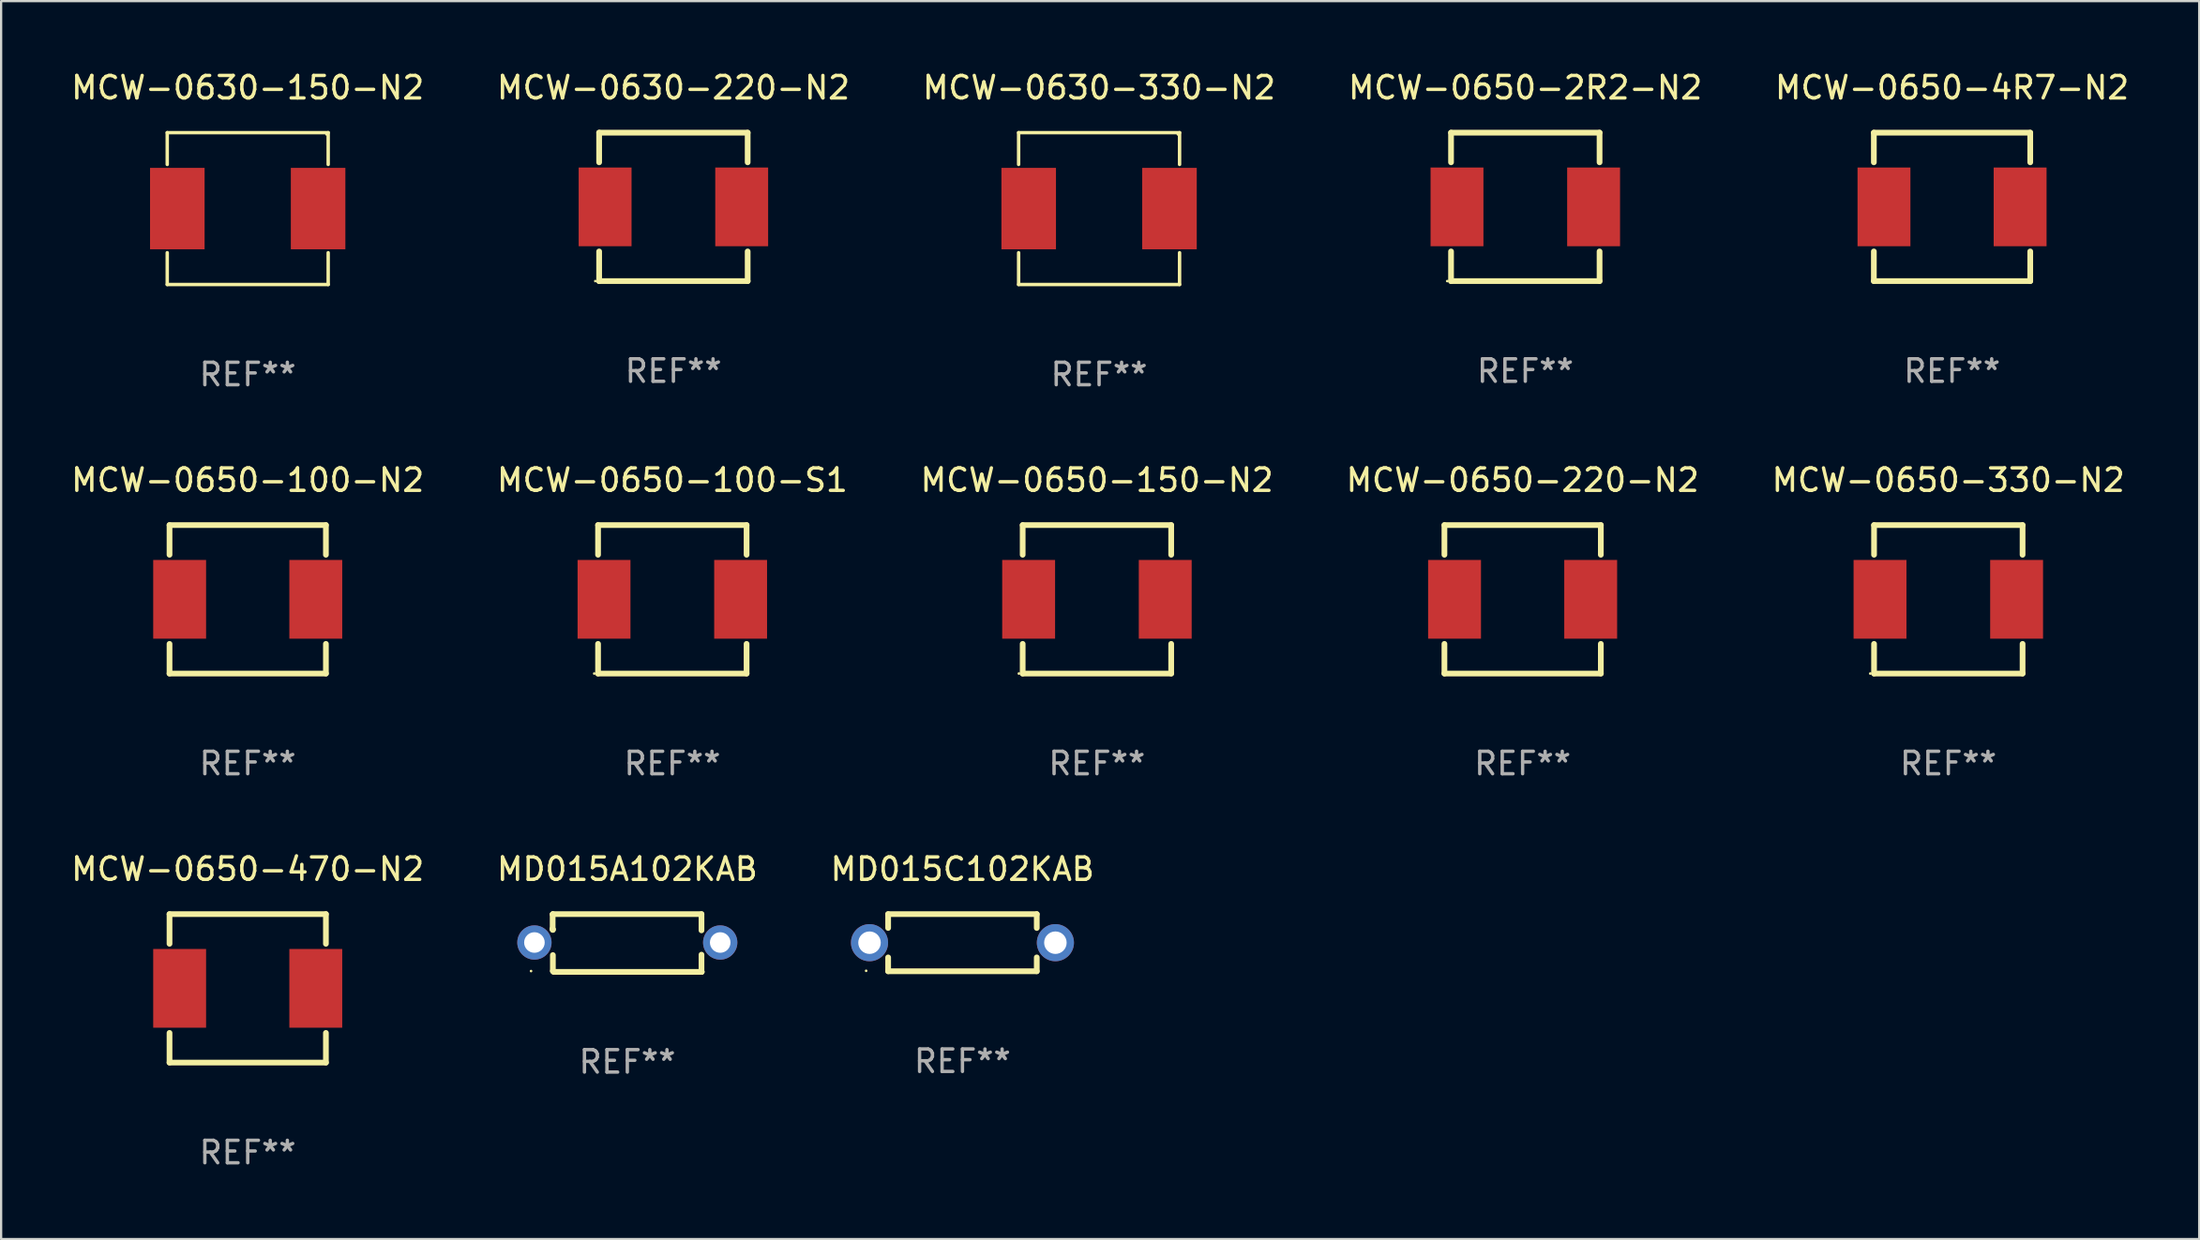
<source format=kicad_pcb>
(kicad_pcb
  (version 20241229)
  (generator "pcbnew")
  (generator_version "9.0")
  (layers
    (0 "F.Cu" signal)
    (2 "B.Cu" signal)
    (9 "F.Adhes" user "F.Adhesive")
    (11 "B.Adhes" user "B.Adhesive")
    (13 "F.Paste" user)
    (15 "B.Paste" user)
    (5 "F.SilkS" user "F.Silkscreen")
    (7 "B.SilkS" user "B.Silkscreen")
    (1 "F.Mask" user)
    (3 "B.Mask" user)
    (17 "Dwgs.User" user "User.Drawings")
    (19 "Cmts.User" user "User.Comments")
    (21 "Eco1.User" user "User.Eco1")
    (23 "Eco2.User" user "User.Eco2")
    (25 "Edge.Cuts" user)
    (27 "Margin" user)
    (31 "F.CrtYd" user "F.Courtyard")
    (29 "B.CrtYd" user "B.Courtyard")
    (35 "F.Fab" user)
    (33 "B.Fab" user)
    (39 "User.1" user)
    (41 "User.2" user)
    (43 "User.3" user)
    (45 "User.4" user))
  (footprint "MCW-0650-2R2-N2"
    (layer "F.Cu")
    (at 64.732 6.148)
    (property "Reference" "MCW-0650-2R2-N2" (at 0 -5.3 0) (layer "F.SilkS") (effects (font (size 1 1) (thickness 0.15))))
    (attr through_hole)
    (fp_line (start -3.3 -3.3) (end 3.3 -3.3) (stroke (width 0.254) (type solid)) (layer "F.SilkS"))
    (fp_line (start -3.3 -1.981) (end -3.3 -3.3) (stroke (width 0.254) (type solid)) (layer "F.SilkS"))
    (fp_line (start -3.3 3.3) (end -3.3 1.981) (stroke (width 0.254) (type solid)) (layer "F.SilkS"))
    (fp_line (start 3.3 -3.3) (end 3.3 -1.981) (stroke (width 0.254) (type solid)) (layer "F.SilkS"))
    (fp_line (start 3.3 1.981) (end 3.3 3.3) (stroke (width 0.254) (type solid)) (layer "F.SilkS"))
    (fp_line (start 3.3 3.3) (end -3.3 3.3) (stroke (width 0.254) (type solid)) (layer "F.SilkS"))
    (fp_circle (center -3.47 3.3) (end -3.44 3.3) (stroke (width 0.06) (type solid)) (fill no) (layer "F.SilkS"))
    (fp_text user "REF**" (at 0 7.3 0) (layer "F.Fab") (effects (font (size 1 1) (thickness 0.15))))
    (pad "1" smd rect (at -3.035 0) (size 2.35 3.5) (layers "F.Cu" "F.Mask" "F.Paste"))
    (pad "2" smd rect (at 3.035 0) (size 2.35 3.5) (layers "F.Cu" "F.Mask" "F.Paste")))
  (footprint "MCW-0630-150-N2"
    (layer "F.Cu")
    (at 7.958 6.224)
    (property "Reference" "MCW-0630-150-N2" (at 0 -5.376 0) (layer "F.SilkS") (effects (font (size 1 1) (thickness 0.15))))
    (attr through_hole)
    (fp_line (start -3.576 -3.376) (end 3.576 -3.376) (stroke (width 0.152) (type solid)) (layer "F.SilkS"))
    (fp_line (start -3.576 -1.962) (end -3.576 -3.376) (stroke (width 0.152) (type solid)) (layer "F.SilkS"))
    (fp_line (start -3.576 1.962) (end -3.576 3.376) (stroke (width 0.152) (type solid)) (layer "F.SilkS"))
    (fp_line (start -3.576 3.376) (end 3.576 3.376) (stroke (width 0.152) (type solid)) (layer "F.SilkS"))
    (fp_line (start 3.576 -3.376) (end 3.576 -1.962) (stroke (width 0.152) (type solid)) (layer "F.SilkS"))
    (fp_line (start 3.576 3.376) (end 3.576 1.962) (stroke (width 0.152) (type solid)) (layer "F.SilkS"))
    (fp_circle (center 3.5 -3.3) (end 3.53 -3.3) (stroke (width 0.06) (type solid)) (fill no) (layer "F.SilkS"))
    (fp_text user "REF**" (at 0 7.376 0) (layer "F.Fab") (effects (font (size 1 1) (thickness 0.15))))
    (pad "1" smd rect (at 3.128 0) (size 2.424 3.62) (layers "F.Cu" "F.Mask" "F.Paste"))
    (pad "2" smd rect (at -3.128 0) (size 2.424 3.62) (layers "F.Cu" "F.Mask" "F.Paste")))
  (footprint "MCW-0650-470-N2"
    (layer "F.Cu")
    (at 7.958 40.894)
    (property "Reference" "MCW-0650-470-N2" (at 0 -5.3 0) (layer "F.SilkS") (effects (font (size 1 1) (thickness 0.15))))
    (attr through_hole)
    (fp_line (start -3.475 -3.3) (end 3.475 -3.3) (stroke (width 0.254) (type solid)) (layer "F.SilkS"))
    (fp_line (start -3.475 -1.981) (end -3.475 -3.3) (stroke (width 0.254) (type solid)) (layer "F.SilkS"))
    (fp_line (start -3.475 3.3) (end -3.475 1.981) (stroke (width 0.254) (type solid)) (layer "F.SilkS"))
    (fp_line (start -3.475 3.3) (end 3.475 3.3) (stroke (width 0.254) (type solid)) (layer "F.SilkS"))
    (fp_line (start 3.475 -1.981) (end 3.475 -3.3) (stroke (width 0.254) (type solid)) (layer "F.SilkS"))
    (fp_line (start 3.475 3.3) (end 3.475 1.981) (stroke (width 0.254) (type solid)) (layer "F.SilkS"))
    (fp_circle (center -3.475 3.3) (end -3.445 3.3) (stroke (width 0.06) (type solid)) (fill no) (layer "F.SilkS"))
    (fp_text user "REF**" (at 0 7.3 0) (layer "F.Fab") (effects (font (size 1 1) (thickness 0.15))))
    (pad "1" smd rect (at -3.025 0) (size 2.35 3.5) (layers "F.Cu" "F.Mask" "F.Paste"))
    (pad "2" smd rect (at 3.025 0) (size 2.35 3.5) (layers "F.Cu" "F.Mask" "F.Paste")))
  (footprint "MCW-0630-330-N2"
    (layer "F.Cu")
    (at 45.792 6.224)
    (property "Reference" "MCW-0630-330-N2" (at 0 -5.376 0) (layer "F.SilkS") (effects (font (size 1 1) (thickness 0.15))))
    (attr through_hole)
    (fp_line (start -3.576 -3.376) (end 3.576 -3.376) (stroke (width 0.152) (type solid)) (layer "F.SilkS"))
    (fp_line (start -3.576 -1.962) (end -3.576 -3.376) (stroke (width 0.152) (type solid)) (layer "F.SilkS"))
    (fp_line (start -3.576 1.962) (end -3.576 3.376) (stroke (width 0.152) (type solid)) (layer "F.SilkS"))
    (fp_line (start -3.576 3.376) (end 3.576 3.376) (stroke (width 0.152) (type solid)) (layer "F.SilkS"))
    (fp_line (start 3.576 -3.376) (end 3.576 -1.962) (stroke (width 0.152) (type solid)) (layer "F.SilkS"))
    (fp_line (start 3.576 3.376) (end 3.576 1.962) (stroke (width 0.152) (type solid)) (layer "F.SilkS"))
    (fp_circle (center 3.5 -3.3) (end 3.53 -3.3) (stroke (width 0.06) (type solid)) (fill no) (layer "F.SilkS"))
    (fp_text user "REF**" (at 0 7.376 0) (layer "F.Fab") (effects (font (size 1 1) (thickness 0.15))))
    (pad "1" smd rect (at 3.128 0) (size 2.424 3.62) (layers "F.Cu" "F.Mask" "F.Paste"))
    (pad "2" smd rect (at -3.128 0) (size 2.424 3.62) (layers "F.Cu" "F.Mask" "F.Paste")))
  (footprint "MCW-0650-4R7-N2"
    (layer "F.Cu")
    (at 83.696 6.148)
    (property "Reference" "MCW-0650-4R7-N2" (at 0 -5.3 0) (layer "F.SilkS") (effects (font (size 1 1) (thickness 0.15))))
    (attr through_hole)
    (fp_line (start -3.475 -3.3) (end 3.475 -3.3) (stroke (width 0.254) (type solid)) (layer "F.SilkS"))
    (fp_line (start -3.475 -1.981) (end -3.475 -3.3) (stroke (width 0.254) (type solid)) (layer "F.SilkS"))
    (fp_line (start -3.475 3.3) (end -3.475 1.981) (stroke (width 0.254) (type solid)) (layer "F.SilkS"))
    (fp_line (start -3.475 3.3) (end 3.475 3.3) (stroke (width 0.254) (type solid)) (layer "F.SilkS"))
    (fp_line (start 3.475 -1.981) (end 3.475 -3.3) (stroke (width 0.254) (type solid)) (layer "F.SilkS"))
    (fp_line (start 3.475 3.3) (end 3.475 1.981) (stroke (width 0.254) (type solid)) (layer "F.SilkS"))
    (fp_circle (center -3.475 3.3) (end -3.445 3.3) (stroke (width 0.06) (type solid)) (fill no) (layer "F.SilkS"))
    (fp_text user "REF**" (at 0 7.3 0) (layer "F.Fab") (effects (font (size 1 1) (thickness 0.15))))
    (pad "1" smd rect (at -3.025 0) (size 2.35 3.5) (layers "F.Cu" "F.Mask" "F.Paste"))
    (pad "2" smd rect (at 3.025 0) (size 2.35 3.5) (layers "F.Cu" "F.Mask" "F.Paste")))
  (footprint "MCW-0650-100-N2"
    (layer "F.Cu")
    (at 7.958 23.597)
    (property "Reference" "MCW-0650-100-N2" (at 0 -5.3 0) (layer "F.SilkS") (effects (font (size 1 1) (thickness 0.15))))
    (attr through_hole)
    (fp_line (start -3.475 -3.3) (end 3.475 -3.3) (stroke (width 0.254) (type solid)) (layer "F.SilkS"))
    (fp_line (start -3.475 -1.981) (end -3.475 -3.3) (stroke (width 0.254) (type solid)) (layer "F.SilkS"))
    (fp_line (start -3.475 3.3) (end -3.475 1.981) (stroke (width 0.254) (type solid)) (layer "F.SilkS"))
    (fp_line (start -3.475 3.3) (end 3.475 3.3) (stroke (width 0.254) (type solid)) (layer "F.SilkS"))
    (fp_line (start 3.475 -1.981) (end 3.475 -3.3) (stroke (width 0.254) (type solid)) (layer "F.SilkS"))
    (fp_line (start 3.475 3.3) (end 3.475 1.981) (stroke (width 0.254) (type solid)) (layer "F.SilkS"))
    (fp_circle (center -3.475 3.3) (end -3.445 3.3) (stroke (width 0.06) (type solid)) (fill no) (layer "F.SilkS"))
    (fp_text user "REF**" (at 0 7.3 0) (layer "F.Fab") (effects (font (size 1 1) (thickness 0.15))))
    (pad "1" smd rect (at -3.025 0) (size 2.35 3.5) (layers "F.Cu" "F.Mask" "F.Paste"))
    (pad "2" smd rect (at 3.025 0) (size 2.35 3.5) (layers "F.Cu" "F.Mask" "F.Paste")))
  (footprint "MCW-0650-100-S1"
    (layer "F.Cu")
    (at 26.827 23.597)
    (property "Reference" "MCW-0650-100-S1" (at 0 -5.3 0) (layer "F.SilkS") (effects (font (size 1 1) (thickness 0.15))))
    (attr through_hole)
    (fp_line (start -3.3 -3.3) (end 3.3 -3.3) (stroke (width 0.254) (type solid)) (layer "F.SilkS"))
    (fp_line (start -3.3 -1.981) (end -3.3 -3.3) (stroke (width 0.254) (type solid)) (layer "F.SilkS"))
    (fp_line (start -3.3 3.3) (end -3.3 1.981) (stroke (width 0.254) (type solid)) (layer "F.SilkS"))
    (fp_line (start 3.3 -3.3) (end 3.3 -1.981) (stroke (width 0.254) (type solid)) (layer "F.SilkS"))
    (fp_line (start 3.3 1.981) (end 3.3 3.3) (stroke (width 0.254) (type solid)) (layer "F.SilkS"))
    (fp_line (start 3.3 3.3) (end -3.3 3.3) (stroke (width 0.254) (type solid)) (layer "F.SilkS"))
    (fp_circle (center -3.47 3.3) (end -3.44 3.3) (stroke (width 0.06) (type solid)) (fill no) (layer "F.SilkS"))
    (fp_text user "REF**" (at 0 7.3 0) (layer "F.Fab") (effects (font (size 1 1) (thickness 0.15))))
    (pad "1" smd rect (at -3.035 0) (size 2.35 3.5) (layers "F.Cu" "F.Mask" "F.Paste"))
    (pad "2" smd rect (at 3.035 0) (size 2.35 3.5) (layers "F.Cu" "F.Mask" "F.Paste")))
  (footprint "MD015C102KAB"
    (layer "F.Cu")
    (at 39.72 38.864)
    (property "Reference" "MD015C102KAB" (at 0 -3.27 0) (layer "F.SilkS") (effects (font (size 1 1) (thickness 0.15))))
    (attr through_hole)
    (fp_line (start -3.302 -1.27) (end -3.302 -0.654) (stroke (width 0.254) (type solid)) (layer "F.SilkS"))
    (fp_line (start -3.302 0.654) (end -3.302 1.27) (stroke (width 0.254) (type solid)) (layer "F.SilkS"))
    (fp_line (start -3.302 1.27) (end 3.302 1.27) (stroke (width 0.254) (type solid)) (layer "F.SilkS"))
    (fp_line (start 3.302 -1.27) (end -3.302 -1.27) (stroke (width 0.254) (type solid)) (layer "F.SilkS"))
    (fp_line (start 3.302 -0.654) (end 3.302 -1.27) (stroke (width 0.254) (type solid)) (layer "F.SilkS"))
    (fp_line (start 3.302 1.27) (end 3.302 0.654) (stroke (width 0.254) (type solid)) (layer "F.SilkS"))
    (fp_circle (center -4.28 1.25) (end -4.25 1.25) (stroke (width 0.06) (type solid)) (fill no) (layer "F.SilkS"))
    (fp_text user "REF**" (at 0 5.27 0) (layer "F.Fab") (effects (font (size 1 1) (thickness 0.15))))
    (pad "1" thru_hole circle (at -4.13 0) (size 1.65 1.65) (drill 1) (layers "*.Cu" "*.Mask"))
    (pad "2" thru_hole circle (at 4.13 0) (size 1.65 1.65) (drill 1) (layers "*.Cu" "*.Mask")))
  (footprint "MCW-0630-220-N2"
    (layer "F.Cu")
    (at 26.875 6.148)
    (property "Reference" "MCW-0630-220-N2" (at 0 -5.3 0) (layer "F.SilkS") (effects (font (size 1 1) (thickness 0.15))))
    (attr through_hole)
    (fp_line (start -3.3 -3.3) (end 3.3 -3.3) (stroke (width 0.254) (type solid)) (layer "F.SilkS"))
    (fp_line (start -3.3 -1.981) (end -3.3 -3.3) (stroke (width 0.254) (type solid)) (layer "F.SilkS"))
    (fp_line (start -3.3 3.3) (end -3.3 1.981) (stroke (width 0.254) (type solid)) (layer "F.SilkS"))
    (fp_line (start 3.3 -3.3) (end 3.3 -1.981) (stroke (width 0.254) (type solid)) (layer "F.SilkS"))
    (fp_line (start 3.3 1.981) (end 3.3 3.3) (stroke (width 0.254) (type solid)) (layer "F.SilkS"))
    (fp_line (start 3.3 3.3) (end -3.3 3.3) (stroke (width 0.254) (type solid)) (layer "F.SilkS"))
    (fp_circle (center -3.47 3.3) (end -3.44 3.3) (stroke (width 0.06) (type solid)) (fill no) (layer "F.SilkS"))
    (fp_text user "REF**" (at 0 7.3 0) (layer "F.Fab") (effects (font (size 1 1) (thickness 0.15))))
    (pad "1" smd rect (at -3.035 0) (size 2.35 3.5) (layers "F.Cu" "F.Mask" "F.Paste"))
    (pad "2" smd rect (at 3.035 0) (size 2.35 3.5) (layers "F.Cu" "F.Mask" "F.Paste")))
  (footprint "MCW-0650-330-N2"
    (layer "F.Cu")
    (at 83.53 23.597)
    (property "Reference" "MCW-0650-330-N2" (at 0 -5.3 0) (layer "F.SilkS") (effects (font (size 1 1) (thickness 0.15))))
    (attr through_hole)
    (fp_line (start -3.3 -3.3) (end 3.3 -3.3) (stroke (width 0.254) (type solid)) (layer "F.SilkS"))
    (fp_line (start -3.3 -1.981) (end -3.3 -3.3) (stroke (width 0.254) (type solid)) (layer "F.SilkS"))
    (fp_line (start -3.3 3.3) (end -3.3 1.981) (stroke (width 0.254) (type solid)) (layer "F.SilkS"))
    (fp_line (start 3.3 -3.3) (end 3.3 -1.981) (stroke (width 0.254) (type solid)) (layer "F.SilkS"))
    (fp_line (start 3.3 1.981) (end 3.3 3.3) (stroke (width 0.254) (type solid)) (layer "F.SilkS"))
    (fp_line (start 3.3 3.3) (end -3.3 3.3) (stroke (width 0.254) (type solid)) (layer "F.SilkS"))
    (fp_circle (center -3.47 3.3) (end -3.44 3.3) (stroke (width 0.06) (type solid)) (fill no) (layer "F.SilkS"))
    (fp_text user "REF**" (at 0 7.3 0) (layer "F.Fab") (effects (font (size 1 1) (thickness 0.15))))
    (pad "1" smd rect (at -3.035 0) (size 2.35 3.5) (layers "F.Cu" "F.Mask" "F.Paste"))
    (pad "2" smd rect (at 3.035 0) (size 2.35 3.5) (layers "F.Cu" "F.Mask" "F.Paste")))
  (footprint "MCW-0650-150-N2"
    (layer "F.Cu")
    (at 45.696 23.597)
    (property "Reference" "MCW-0650-150-N2" (at 0 -5.3 0) (layer "F.SilkS") (effects (font (size 1 1) (thickness 0.15))))
    (attr through_hole)
    (fp_line (start -3.3 -3.3) (end 3.3 -3.3) (stroke (width 0.254) (type solid)) (layer "F.SilkS"))
    (fp_line (start -3.3 -1.981) (end -3.3 -3.3) (stroke (width 0.254) (type solid)) (layer "F.SilkS"))
    (fp_line (start -3.3 3.3) (end -3.3 1.981) (stroke (width 0.254) (type solid)) (layer "F.SilkS"))
    (fp_line (start 3.3 -3.3) (end 3.3 -1.981) (stroke (width 0.254) (type solid)) (layer "F.SilkS"))
    (fp_line (start 3.3 1.981) (end 3.3 3.3) (stroke (width 0.254) (type solid)) (layer "F.SilkS"))
    (fp_line (start 3.3 3.3) (end -3.3 3.3) (stroke (width 0.254) (type solid)) (layer "F.SilkS"))
    (fp_circle (center -3.47 3.3) (end -3.44 3.3) (stroke (width 0.06) (type solid)) (fill no) (layer "F.SilkS"))
    (fp_text user "REF**" (at 0 7.3 0) (layer "F.Fab") (effects (font (size 1 1) (thickness 0.15))))
    (pad "1" smd rect (at -3.035 0) (size 2.35 3.5) (layers "F.Cu" "F.Mask" "F.Paste"))
    (pad "2" smd rect (at 3.035 0) (size 2.35 3.5) (layers "F.Cu" "F.Mask" "F.Paste")))
  (footprint "MD015A102KAB"
    (layer "F.Cu")
    (at 24.827 38.878)
    (property "Reference" "MD015A102KAB" (at 0 -3.284 0) (layer "F.SilkS") (effects (font (size 1 1) (thickness 0.15))))
    (attr through_hole)
    (fp_line (start -3.318 -1.275) (end -3.308 -1.284) (stroke (width 0.254) (type solid)) (layer "F.SilkS"))
    (fp_line (start -3.318 -0.595) (end -3.318 -1.275) (stroke (width 0.254) (type solid)) (layer "F.SilkS"))
    (fp_line (start -3.308 -1.284) (end 3.296 -1.284) (stroke (width 0.254) (type solid)) (layer "F.SilkS"))
    (fp_line (start -3.308 -0.607) (end -3.327 -0.626) (stroke (width 0.254) (type solid)) (layer "F.SilkS"))
    (fp_line (start -3.308 -0.581) (end -3.308 -0.607) (stroke (width 0.254) (type solid)) (layer "F.SilkS"))
    (fp_line (start -3.308 1.246) (end -3.308 0.536) (stroke (width 0.254) (type solid)) (layer "F.SilkS"))
    (fp_line (start -3.271 1.284) (end -3.308 1.246) (stroke (width 0.254) (type solid)) (layer "F.SilkS"))
    (fp_line (start 3.296 -1.284) (end 3.296 -0.562) (stroke (width 0.254) (type solid)) (layer "F.SilkS"))
    (fp_line (start 3.296 0.518) (end 3.296 1.275) (stroke (width 0.254) (type solid)) (layer "F.SilkS"))
    (fp_line (start 3.296 1.275) (end 3.305 1.284) (stroke (width 0.254) (type solid)) (layer "F.SilkS"))
    (fp_line (start 3.305 1.284) (end -3.271 1.284) (stroke (width 0.254) (type solid)) (layer "F.SilkS"))
    (fp_circle (center -4.278 1.248) (end -4.248 1.248) (stroke (width 0.06) (type solid)) (fill no) (layer "F.SilkS"))
    (fp_text user "REF**" (at 0 5.284 0) (layer "F.Fab") (effects (font (size 1 1) (thickness 0.15))))
    (pad "1" thru_hole circle (at -4.128 -0.022) (size 1.524 1.524) (drill 0.914) (layers "*.Cu" "*.Mask"))
    (pad "2" thru_hole circle (at 4.128 -0.022) (size 1.524 1.524) (drill 0.914) (layers "*.Cu" "*.Mask")))
  (footprint "MCW-0650-220-N2"
    (layer "F.Cu")
    (at 64.613 23.597)
    (property "Reference" "MCW-0650-220-N2" (at 0 -5.3 0) (layer "F.SilkS") (effects (font (size 1 1) (thickness 0.15))))
    (attr through_hole)
    (fp_line (start -3.475 -3.3) (end 3.475 -3.3) (stroke (width 0.254) (type solid)) (layer "F.SilkS"))
    (fp_line (start -3.475 -1.981) (end -3.475 -3.3) (stroke (width 0.254) (type solid)) (layer "F.SilkS"))
    (fp_line (start -3.475 3.3) (end -3.475 1.981) (stroke (width 0.254) (type solid)) (layer "F.SilkS"))
    (fp_line (start -3.475 3.3) (end 3.475 3.3) (stroke (width 0.254) (type solid)) (layer "F.SilkS"))
    (fp_line (start 3.475 -1.981) (end 3.475 -3.3) (stroke (width 0.254) (type solid)) (layer "F.SilkS"))
    (fp_line (start 3.475 3.3) (end 3.475 1.981) (stroke (width 0.254) (type solid)) (layer "F.SilkS"))
    (fp_circle (center -3.475 3.3) (end -3.445 3.3) (stroke (width 0.06) (type solid)) (fill no) (layer "F.SilkS"))
    (fp_text user "REF**" (at 0 7.3 0) (layer "F.Fab") (effects (font (size 1 1) (thickness 0.15))))
    (pad "1" smd rect (at -3.025 0) (size 2.35 3.5) (layers "F.Cu" "F.Mask" "F.Paste"))
    (pad "2" smd rect (at 3.025 0) (size 2.35 3.5) (layers "F.Cu" "F.Mask" "F.Paste")))
  (gr_rect
    (start -3 -3)
    (end 94.679 52.042)
    (stroke (width 0.1) (type default))
    (fill no)
    (layer "Edge.Cuts")))
</source>
